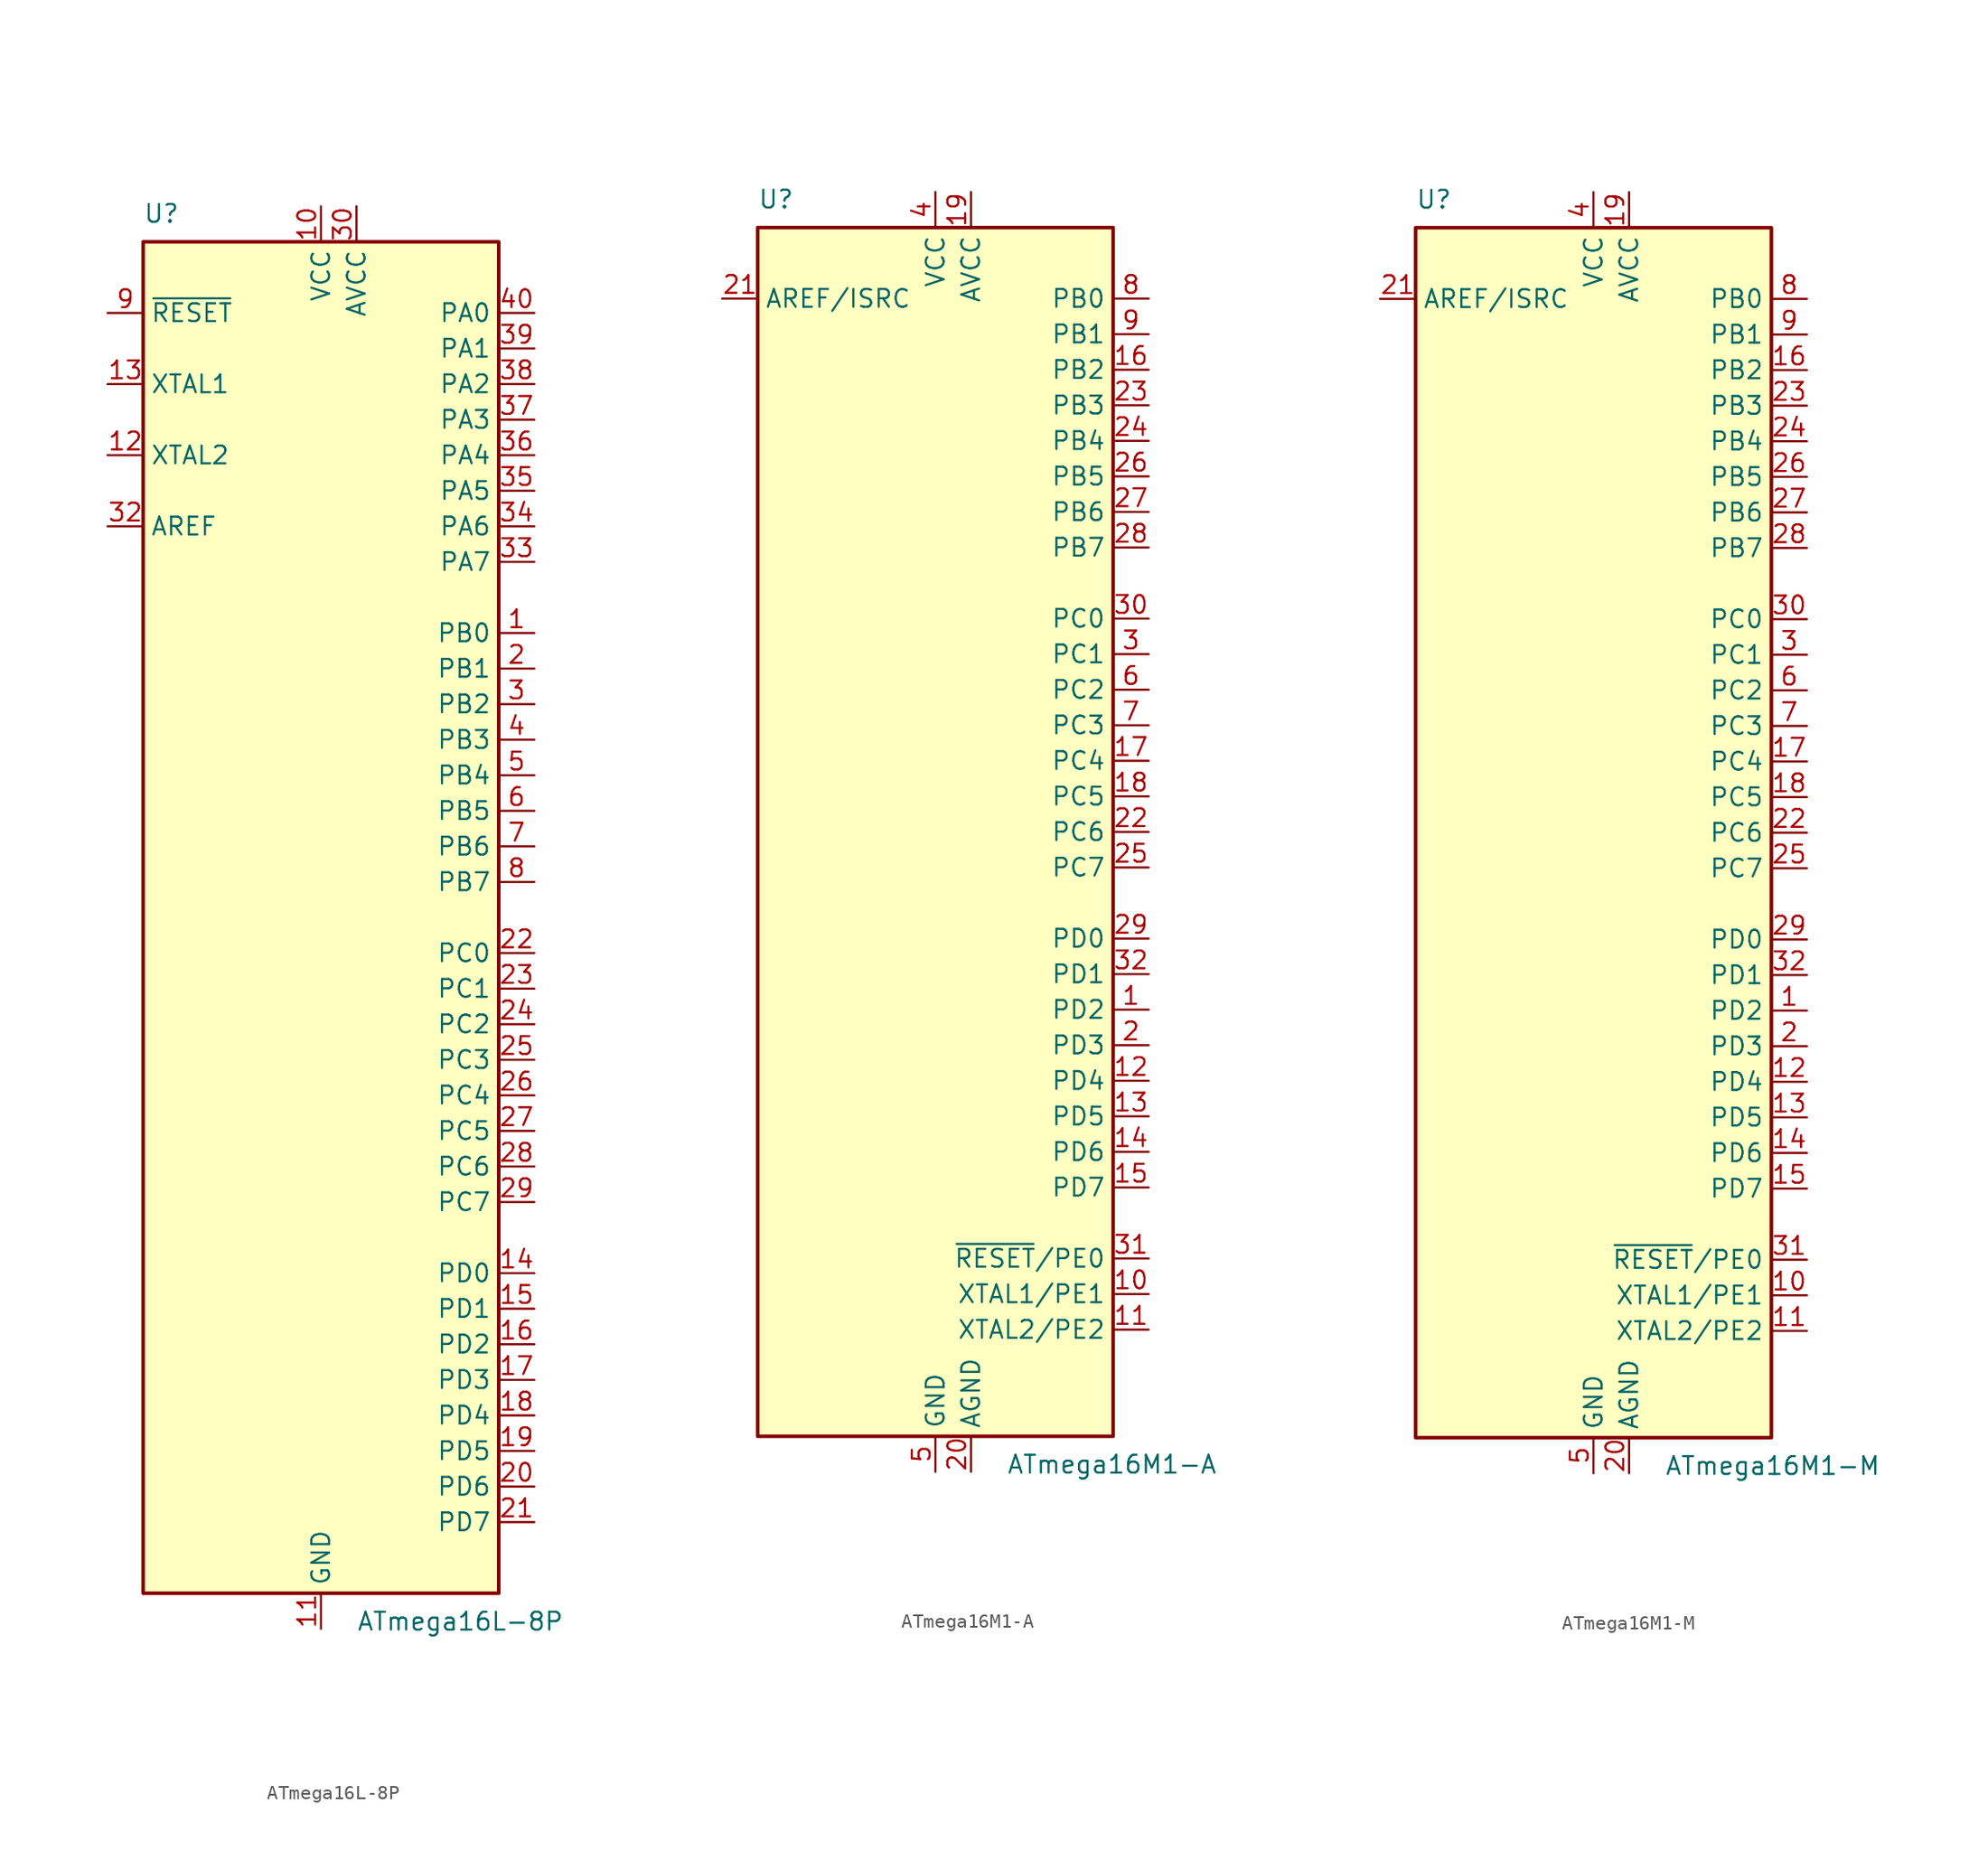
<source format=kicad_sym>
(kicad_symbol_lib
  (version 20241209)
  (generator "kicad_symbol_editor")
  (generator_version "9.0")
  (symbol "ATmega16L-8P"
    (property "Reference" "U"
      (at -12.7 49.53 0)
      (effects (font (size 1.27 1.27)) (justify left bottom)))
    (property "Value" "ATmega16L-8P"
      (at 2.54 -49.53 0)
      (effects (font (size 1.27 1.27)) (justify left top)))
    (symbol "ATmega16L-8P_0_1"
      (rectangle (start -12.7 -48.26) (end 12.7 48.26) (stroke (width 0.254) (type default)) (fill (type background))))
    (symbol "ATmega16L-8P_1_1"
      (pin input line (at -15.24 43.18 0) (length 2.54) (name "~{RESET}" (effects (font (size 1.27 1.27)))) (number "9" (effects (font (size 1.27 1.27)))))
      (pin input line (at -15.24 38.1 0) (length 2.54) (name "XTAL1" (effects (font (size 1.27 1.27)))) (number "13" (effects (font (size 1.27 1.27)))))
      (pin output line (at -15.24 33.02 0) (length 2.54) (name "XTAL2" (effects (font (size 1.27 1.27)))) (number "12" (effects (font (size 1.27 1.27)))))
      (pin passive line (at -15.24 27.94 0) (length 2.54) (name "AREF" (effects (font (size 1.27 1.27)))) (number "32" (effects (font (size 1.27 1.27)))))
      (pin power_in line (at 0 50.8 270) (length 2.54) (name "VCC" (effects (font (size 1.27 1.27)))) (number "10" (effects (font (size 1.27 1.27)))))
      (pin power_in line (at 0 -50.8 90) (length 2.54) (name "GND" (effects (font (size 1.27 1.27)))) (number "11" (effects (font (size 1.27 1.27)))))
      (pin passive line (at 0 -50.8 90) (length 2.54) (hide yes) (name "GND" (effects (font (size 1.27 1.27)))) (number "31" (effects (font (size 1.27 1.27)))))
      (pin power_in line (at 2.54 50.8 270) (length 2.54) (name "AVCC" (effects (font (size 1.27 1.27)))) (number "30" (effects (font (size 1.27 1.27)))))
      (pin bidirectional line (at 15.24 43.18 180) (length 2.54) (name "PA0" (effects (font (size 1.27 1.27)))) (number "40" (effects (font (size 1.27 1.27)))))
      (pin bidirectional line (at 15.24 40.64 180) (length 2.54) (name "PA1" (effects (font (size 1.27 1.27)))) (number "39" (effects (font (size 1.27 1.27)))))
      (pin bidirectional line (at 15.24 38.1 180) (length 2.54) (name "PA2" (effects (font (size 1.27 1.27)))) (number "38" (effects (font (size 1.27 1.27)))))
      (pin bidirectional line (at 15.24 35.56 180) (length 2.54) (name "PA3" (effects (font (size 1.27 1.27)))) (number "37" (effects (font (size 1.27 1.27)))))
      (pin bidirectional line (at 15.24 33.02 180) (length 2.54) (name "PA4" (effects (font (size 1.27 1.27)))) (number "36" (effects (font (size 1.27 1.27)))))
      (pin bidirectional line (at 15.24 30.48 180) (length 2.54) (name "PA5" (effects (font (size 1.27 1.27)))) (number "35" (effects (font (size 1.27 1.27)))))
      (pin bidirectional line (at 15.24 27.94 180) (length 2.54) (name "PA6" (effects (font (size 1.27 1.27)))) (number "34" (effects (font (size 1.27 1.27)))))
      (pin bidirectional line (at 15.24 25.4 180) (length 2.54) (name "PA7" (effects (font (size 1.27 1.27)))) (number "33" (effects (font (size 1.27 1.27)))))
      (pin bidirectional line (at 15.24 20.32 180) (length 2.54) (name "PB0" (effects (font (size 1.27 1.27)))) (number "1" (effects (font (size 1.27 1.27)))))
      (pin bidirectional line (at 15.24 17.78 180) (length 2.54) (name "PB1" (effects (font (size 1.27 1.27)))) (number "2" (effects (font (size 1.27 1.27)))))
      (pin bidirectional line (at 15.24 15.24 180) (length 2.54) (name "PB2" (effects (font (size 1.27 1.27)))) (number "3" (effects (font (size 1.27 1.27)))))
      (pin bidirectional line (at 15.24 12.7 180) (length 2.54) (name "PB3" (effects (font (size 1.27 1.27)))) (number "4" (effects (font (size 1.27 1.27)))))
      (pin bidirectional line (at 15.24 10.16 180) (length 2.54) (name "PB4" (effects (font (size 1.27 1.27)))) (number "5" (effects (font (size 1.27 1.27)))))
      (pin bidirectional line (at 15.24 7.62 180) (length 2.54) (name "PB5" (effects (font (size 1.27 1.27)))) (number "6" (effects (font (size 1.27 1.27)))))
      (pin bidirectional line (at 15.24 5.08 180) (length 2.54) (name "PB6" (effects (font (size 1.27 1.27)))) (number "7" (effects (font (size 1.27 1.27)))))
      (pin bidirectional line (at 15.24 2.54 180) (length 2.54) (name "PB7" (effects (font (size 1.27 1.27)))) (number "8" (effects (font (size 1.27 1.27)))))
      (pin bidirectional line (at 15.24 -2.54 180) (length 2.54) (name "PC0" (effects (font (size 1.27 1.27)))) (number "22" (effects (font (size 1.27 1.27)))))
      (pin bidirectional line (at 15.24 -5.08 180) (length 2.54) (name "PC1" (effects (font (size 1.27 1.27)))) (number "23" (effects (font (size 1.27 1.27)))))
      (pin bidirectional line (at 15.24 -7.62 180) (length 2.54) (name "PC2" (effects (font (size 1.27 1.27)))) (number "24" (effects (font (size 1.27 1.27)))))
      (pin bidirectional line (at 15.24 -10.16 180) (length 2.54) (name "PC3" (effects (font (size 1.27 1.27)))) (number "25" (effects (font (size 1.27 1.27)))))
      (pin bidirectional line (at 15.24 -12.7 180) (length 2.54) (name "PC4" (effects (font (size 1.27 1.27)))) (number "26" (effects (font (size 1.27 1.27)))))
      (pin bidirectional line (at 15.24 -15.24 180) (length 2.54) (name "PC5" (effects (font (size 1.27 1.27)))) (number "27" (effects (font (size 1.27 1.27)))))
      (pin bidirectional line (at 15.24 -17.78 180) (length 2.54) (name "PC6" (effects (font (size 1.27 1.27)))) (number "28" (effects (font (size 1.27 1.27)))))
      (pin bidirectional line (at 15.24 -20.32 180) (length 2.54) (name "PC7" (effects (font (size 1.27 1.27)))) (number "29" (effects (font (size 1.27 1.27)))))
      (pin bidirectional line (at 15.24 -25.4 180) (length 2.54) (name "PD0" (effects (font (size 1.27 1.27)))) (number "14" (effects (font (size 1.27 1.27)))))
      (pin bidirectional line (at 15.24 -27.94 180) (length 2.54) (name "PD1" (effects (font (size 1.27 1.27)))) (number "15" (effects (font (size 1.27 1.27)))))
      (pin bidirectional line (at 15.24 -30.48 180) (length 2.54) (name "PD2" (effects (font (size 1.27 1.27)))) (number "16" (effects (font (size 1.27 1.27)))))
      (pin bidirectional line (at 15.24 -33.02 180) (length 2.54) (name "PD3" (effects (font (size 1.27 1.27)))) (number "17" (effects (font (size 1.27 1.27)))))
      (pin bidirectional line (at 15.24 -35.56 180) (length 2.54) (name "PD4" (effects (font (size 1.27 1.27)))) (number "18" (effects (font (size 1.27 1.27)))))
      (pin bidirectional line (at 15.24 -38.1 180) (length 2.54) (name "PD5" (effects (font (size 1.27 1.27)))) (number "19" (effects (font (size 1.27 1.27)))))
      (pin bidirectional line (at 15.24 -40.64 180) (length 2.54) (name "PD6" (effects (font (size 1.27 1.27)))) (number "20" (effects (font (size 1.27 1.27)))))
      (pin bidirectional line (at 15.24 -43.18 180) (length 2.54) (name "PD7" (effects (font (size 1.27 1.27)))) (number "21" (effects (font (size 1.27 1.27)))))))
  (symbol "ATmega16M1-A"
    (property "Reference" "U"
      (at -12.7 44.45 0)
      (effects (font (size 1.27 1.27)) (justify left bottom)))
    (property "Value" "ATmega16M1-A"
      (at 5.08 -44.45 0)
      (effects (font (size 1.27 1.27)) (justify left top)))
    (symbol "ATmega16M1-A_0_1"
      (rectangle (start -12.7 -43.18) (end 12.7 43.18) (stroke (width 0.254) (type default)) (fill (type background))))
    (symbol "ATmega16M1-A_1_1"
      (pin passive line (at -15.24 38.1 0) (length 2.54) (name "AREF/ISRC" (effects (font (size 1.27 1.27)))) (number "21" (effects (font (size 1.27 1.27)))))
      (pin power_in line (at 0 45.72 270) (length 2.54) (name "VCC" (effects (font (size 1.27 1.27)))) (number "4" (effects (font (size 1.27 1.27)))))
      (pin power_in line (at 0 -45.72 90) (length 2.54) (name "GND" (effects (font (size 1.27 1.27)))) (number "5" (effects (font (size 1.27 1.27)))))
      (pin power_in line (at 2.54 45.72 270) (length 2.54) (name "AVCC" (effects (font (size 1.27 1.27)))) (number "19" (effects (font (size 1.27 1.27)))))
      (pin power_in line (at 2.54 -45.72 90) (length 2.54) (name "AGND" (effects (font (size 1.27 1.27)))) (number "20" (effects (font (size 1.27 1.27)))))
      (pin bidirectional line (at 15.24 38.1 180) (length 2.54) (name "PB0" (effects (font (size 1.27 1.27)))) (number "8" (effects (font (size 1.27 1.27)))))
      (pin bidirectional line (at 15.24 35.56 180) (length 2.54) (name "PB1" (effects (font (size 1.27 1.27)))) (number "9" (effects (font (size 1.27 1.27)))))
      (pin bidirectional line (at 15.24 33.02 180) (length 2.54) (name "PB2" (effects (font (size 1.27 1.27)))) (number "16" (effects (font (size 1.27 1.27)))))
      (pin bidirectional line (at 15.24 30.48 180) (length 2.54) (name "PB3" (effects (font (size 1.27 1.27)))) (number "23" (effects (font (size 1.27 1.27)))))
      (pin bidirectional line (at 15.24 27.94 180) (length 2.54) (name "PB4" (effects (font (size 1.27 1.27)))) (number "24" (effects (font (size 1.27 1.27)))))
      (pin bidirectional line (at 15.24 25.4 180) (length 2.54) (name "PB5" (effects (font (size 1.27 1.27)))) (number "26" (effects (font (size 1.27 1.27)))))
      (pin bidirectional line (at 15.24 22.86 180) (length 2.54) (name "PB6" (effects (font (size 1.27 1.27)))) (number "27" (effects (font (size 1.27 1.27)))))
      (pin bidirectional line (at 15.24 20.32 180) (length 2.54) (name "PB7" (effects (font (size 1.27 1.27)))) (number "28" (effects (font (size 1.27 1.27)))))
      (pin bidirectional line (at 15.24 15.24 180) (length 2.54) (name "PC0" (effects (font (size 1.27 1.27)))) (number "30" (effects (font (size 1.27 1.27)))))
      (pin bidirectional line (at 15.24 12.7 180) (length 2.54) (name "PC1" (effects (font (size 1.27 1.27)))) (number "3" (effects (font (size 1.27 1.27)))))
      (pin bidirectional line (at 15.24 10.16 180) (length 2.54) (name "PC2" (effects (font (size 1.27 1.27)))) (number "6" (effects (font (size 1.27 1.27)))))
      (pin bidirectional line (at 15.24 7.62 180) (length 2.54) (name "PC3" (effects (font (size 1.27 1.27)))) (number "7" (effects (font (size 1.27 1.27)))))
      (pin bidirectional line (at 15.24 5.08 180) (length 2.54) (name "PC4" (effects (font (size 1.27 1.27)))) (number "17" (effects (font (size 1.27 1.27)))))
      (pin bidirectional line (at 15.24 2.54 180) (length 2.54) (name "PC5" (effects (font (size 1.27 1.27)))) (number "18" (effects (font (size 1.27 1.27)))))
      (pin bidirectional line (at 15.24 0 180) (length 2.54) (name "PC6" (effects (font (size 1.27 1.27)))) (number "22" (effects (font (size 1.27 1.27)))))
      (pin bidirectional line (at 15.24 -2.54 180) (length 2.54) (name "PC7" (effects (font (size 1.27 1.27)))) (number "25" (effects (font (size 1.27 1.27)))))
      (pin bidirectional line (at 15.24 -7.62 180) (length 2.54) (name "PD0" (effects (font (size 1.27 1.27)))) (number "29" (effects (font (size 1.27 1.27)))))
      (pin bidirectional line (at 15.24 -10.16 180) (length 2.54) (name "PD1" (effects (font (size 1.27 1.27)))) (number "32" (effects (font (size 1.27 1.27)))))
      (pin bidirectional line (at 15.24 -12.7 180) (length 2.54) (name "PD2" (effects (font (size 1.27 1.27)))) (number "1" (effects (font (size 1.27 1.27)))))
      (pin bidirectional line (at 15.24 -15.24 180) (length 2.54) (name "PD3" (effects (font (size 1.27 1.27)))) (number "2" (effects (font (size 1.27 1.27)))))
      (pin bidirectional line (at 15.24 -17.78 180) (length 2.54) (name "PD4" (effects (font (size 1.27 1.27)))) (number "12" (effects (font (size 1.27 1.27)))))
      (pin bidirectional line (at 15.24 -20.32 180) (length 2.54) (name "PD5" (effects (font (size 1.27 1.27)))) (number "13" (effects (font (size 1.27 1.27)))))
      (pin bidirectional line (at 15.24 -22.86 180) (length 2.54) (name "PD6" (effects (font (size 1.27 1.27)))) (number "14" (effects (font (size 1.27 1.27)))))
      (pin bidirectional line (at 15.24 -25.4 180) (length 2.54) (name "PD7" (effects (font (size 1.27 1.27)))) (number "15" (effects (font (size 1.27 1.27)))))
      (pin bidirectional line (at 15.24 -30.48 180) (length 2.54) (name "~{RESET}/PE0" (effects (font (size 1.27 1.27)))) (number "31" (effects (font (size 1.27 1.27)))))
      (pin bidirectional line (at 15.24 -33.02 180) (length 2.54) (name "XTAL1/PE1" (effects (font (size 1.27 1.27)))) (number "10" (effects (font (size 1.27 1.27)))))
      (pin bidirectional line (at 15.24 -35.56 180) (length 2.54) (name "XTAL2/PE2" (effects (font (size 1.27 1.27)))) (number "11" (effects (font (size 1.27 1.27)))))))
  (symbol "ATmega16M1-M"
    (property "Reference" "U"
      (at -12.7 44.45 0)
      (effects (font (size 1.27 1.27)) (justify left bottom)))
    (property "Value" "ATmega16M1-M"
      (at 5.08 -44.45 0)
      (effects (font (size 1.27 1.27)) (justify left top)))
    (symbol "ATmega16M1-M_0_1"
      (rectangle (start -12.7 -43.18) (end 12.7 43.18) (stroke (width 0.254) (type default)) (fill (type background))))
    (symbol "ATmega16M1-M_1_1"
      (pin passive line (at -15.24 38.1 0) (length 2.54) (name "AREF/ISRC" (effects (font (size 1.27 1.27)))) (number "21" (effects (font (size 1.27 1.27)))))
      (pin power_in line (at 0 45.72 270) (length 2.54) (name "VCC" (effects (font (size 1.27 1.27)))) (number "4" (effects (font (size 1.27 1.27)))))
      (pin passive line (at 0 -45.72 90) (length 2.54) (hide yes) (name "GND" (effects (font (size 1.27 1.27)))) (number "33" (effects (font (size 1.27 1.27)))))
      (pin power_in line (at 0 -45.72 90) (length 2.54) (name "GND" (effects (font (size 1.27 1.27)))) (number "5" (effects (font (size 1.27 1.27)))))
      (pin power_in line (at 2.54 45.72 270) (length 2.54) (name "AVCC" (effects (font (size 1.27 1.27)))) (number "19" (effects (font (size 1.27 1.27)))))
      (pin power_in line (at 2.54 -45.72 90) (length 2.54) (name "AGND" (effects (font (size 1.27 1.27)))) (number "20" (effects (font (size 1.27 1.27)))))
      (pin bidirectional line (at 15.24 38.1 180) (length 2.54) (name "PB0" (effects (font (size 1.27 1.27)))) (number "8" (effects (font (size 1.27 1.27)))))
      (pin bidirectional line (at 15.24 35.56 180) (length 2.54) (name "PB1" (effects (font (size 1.27 1.27)))) (number "9" (effects (font (size 1.27 1.27)))))
      (pin bidirectional line (at 15.24 33.02 180) (length 2.54) (name "PB2" (effects (font (size 1.27 1.27)))) (number "16" (effects (font (size 1.27 1.27)))))
      (pin bidirectional line (at 15.24 30.48 180) (length 2.54) (name "PB3" (effects (font (size 1.27 1.27)))) (number "23" (effects (font (size 1.27 1.27)))))
      (pin bidirectional line (at 15.24 27.94 180) (length 2.54) (name "PB4" (effects (font (size 1.27 1.27)))) (number "24" (effects (font (size 1.27 1.27)))))
      (pin bidirectional line (at 15.24 25.4 180) (length 2.54) (name "PB5" (effects (font (size 1.27 1.27)))) (number "26" (effects (font (size 1.27 1.27)))))
      (pin bidirectional line (at 15.24 22.86 180) (length 2.54) (name "PB6" (effects (font (size 1.27 1.27)))) (number "27" (effects (font (size 1.27 1.27)))))
      (pin bidirectional line (at 15.24 20.32 180) (length 2.54) (name "PB7" (effects (font (size 1.27 1.27)))) (number "28" (effects (font (size 1.27 1.27)))))
      (pin bidirectional line (at 15.24 15.24 180) (length 2.54) (name "PC0" (effects (font (size 1.27 1.27)))) (number "30" (effects (font (size 1.27 1.27)))))
      (pin bidirectional line (at 15.24 12.7 180) (length 2.54) (name "PC1" (effects (font (size 1.27 1.27)))) (number "3" (effects (font (size 1.27 1.27)))))
      (pin bidirectional line (at 15.24 10.16 180) (length 2.54) (name "PC2" (effects (font (size 1.27 1.27)))) (number "6" (effects (font (size 1.27 1.27)))))
      (pin bidirectional line (at 15.24 7.62 180) (length 2.54) (name "PC3" (effects (font (size 1.27 1.27)))) (number "7" (effects (font (size 1.27 1.27)))))
      (pin bidirectional line (at 15.24 5.08 180) (length 2.54) (name "PC4" (effects (font (size 1.27 1.27)))) (number "17" (effects (font (size 1.27 1.27)))))
      (pin bidirectional line (at 15.24 2.54 180) (length 2.54) (name "PC5" (effects (font (size 1.27 1.27)))) (number "18" (effects (font (size 1.27 1.27)))))
      (pin bidirectional line (at 15.24 0 180) (length 2.54) (name "PC6" (effects (font (size 1.27 1.27)))) (number "22" (effects (font (size 1.27 1.27)))))
      (pin bidirectional line (at 15.24 -2.54 180) (length 2.54) (name "PC7" (effects (font (size 1.27 1.27)))) (number "25" (effects (font (size 1.27 1.27)))))
      (pin bidirectional line (at 15.24 -7.62 180) (length 2.54) (name "PD0" (effects (font (size 1.27 1.27)))) (number "29" (effects (font (size 1.27 1.27)))))
      (pin bidirectional line (at 15.24 -10.16 180) (length 2.54) (name "PD1" (effects (font (size 1.27 1.27)))) (number "32" (effects (font (size 1.27 1.27)))))
      (pin bidirectional line (at 15.24 -12.7 180) (length 2.54) (name "PD2" (effects (font (size 1.27 1.27)))) (number "1" (effects (font (size 1.27 1.27)))))
      (pin bidirectional line (at 15.24 -15.24 180) (length 2.54) (name "PD3" (effects (font (size 1.27 1.27)))) (number "2" (effects (font (size 1.27 1.27)))))
      (pin bidirectional line (at 15.24 -17.78 180) (length 2.54) (name "PD4" (effects (font (size 1.27 1.27)))) (number "12" (effects (font (size 1.27 1.27)))))
      (pin bidirectional line (at 15.24 -20.32 180) (length 2.54) (name "PD5" (effects (font (size 1.27 1.27)))) (number "13" (effects (font (size 1.27 1.27)))))
      (pin bidirectional line (at 15.24 -22.86 180) (length 2.54) (name "PD6" (effects (font (size 1.27 1.27)))) (number "14" (effects (font (size 1.27 1.27)))))
      (pin bidirectional line (at 15.24 -25.4 180) (length 2.54) (name "PD7" (effects (font (size 1.27 1.27)))) (number "15" (effects (font (size 1.27 1.27)))))
      (pin bidirectional line (at 15.24 -30.48 180) (length 2.54) (name "~{RESET}/PE0" (effects (font (size 1.27 1.27)))) (number "31" (effects (font (size 1.27 1.27)))))
      (pin bidirectional line (at 15.24 -33.02 180) (length 2.54) (name "XTAL1/PE1" (effects (font (size 1.27 1.27)))) (number "10" (effects (font (size 1.27 1.27)))))
      (pin bidirectional line (at 15.24 -35.56 180) (length 2.54) (name "XTAL2/PE2" (effects (font (size 1.27 1.27)))) (number "11" (effects (font (size 1.27 1.27))))))))
</source>
